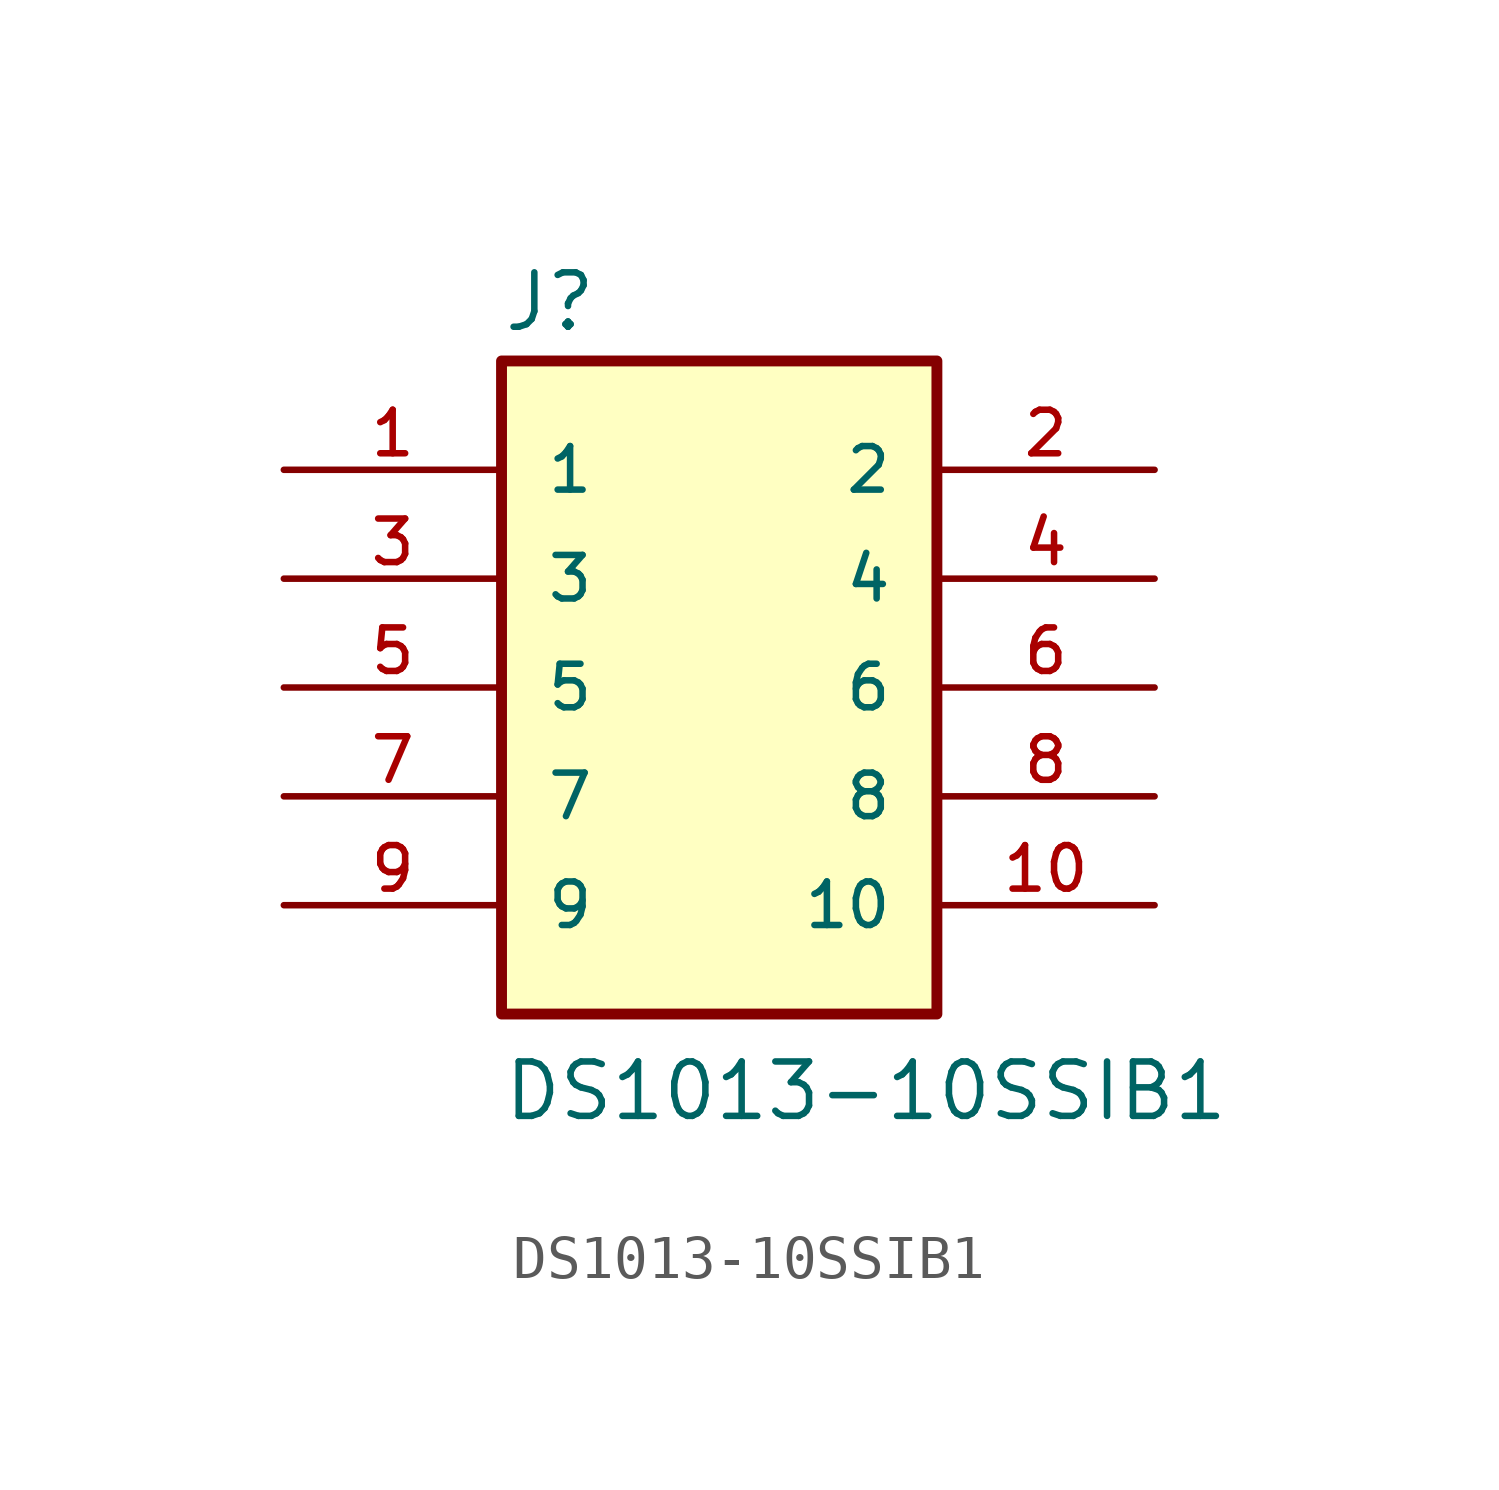
<source format=kicad_sym>
(kicad_symbol_lib
  (version 20211014)
  (generator kicad_symbol_editor)
  (symbol "DS1013-10SSIB1"
    (pin_names
      (offset 1.016))
    (property "Reference" "J"
      (at -5.08 8.255 0)
      (effects (font (size 1.27 1.27)) (justify bottom left)))
    (property "Value" "DS1013-10SSIB1"
      (at -5.08 -10.16 0)
      (effects (font (size 1.27 1.27)) (justify bottom left)))
    (symbol "DS1013-10SSIB1_0_0"
      (rectangle (start -5.08 -7.62) (end 5.08 7.62) (stroke (width 0.254)) (fill (type background)))
      (pin passive line (at -10.16 5.08 0) (length 5.08) (name "1" (effects (font (size 1.016 1.016)))) (number "1" (effects (font (size 1.016 1.016)))))
      (pin passive line (at 10.16 5.08 180.0) (length 5.08) (name "2" (effects (font (size 1.016 1.016)))) (number "2" (effects (font (size 1.016 1.016)))))
      (pin passive line (at -10.16 2.54 0) (length 5.08) (name "3" (effects (font (size 1.016 1.016)))) (number "3" (effects (font (size 1.016 1.016)))))
      (pin passive line (at 10.16 2.54 180.0) (length 5.08) (name "4" (effects (font (size 1.016 1.016)))) (number "4" (effects (font (size 1.016 1.016)))))
      (pin passive line (at -10.16 0.0 0) (length 5.08) (name "5" (effects (font (size 1.016 1.016)))) (number "5" (effects (font (size 1.016 1.016)))))
      (pin passive line (at 10.16 0.0 180.0) (length 5.08) (name "6" (effects (font (size 1.016 1.016)))) (number "6" (effects (font (size 1.016 1.016)))))
      (pin passive line (at -10.16 -2.54 0) (length 5.08) (name "7" (effects (font (size 1.016 1.016)))) (number "7" (effects (font (size 1.016 1.016)))))
      (pin passive line (at 10.16 -2.54 180.0) (length 5.08) (name "8" (effects (font (size 1.016 1.016)))) (number "8" (effects (font (size 1.016 1.016)))))
      (pin passive line (at -10.16 -5.08 0) (length 5.08) (name "9" (effects (font (size 1.016 1.016)))) (number "9" (effects (font (size 1.016 1.016)))))
      (pin passive line (at 10.16 -5.08 180.0) (length 5.08) (name "10" (effects (font (size 1.016 1.016)))) (number "10" (effects (font (size 1.016 1.016))))))))
</source>
